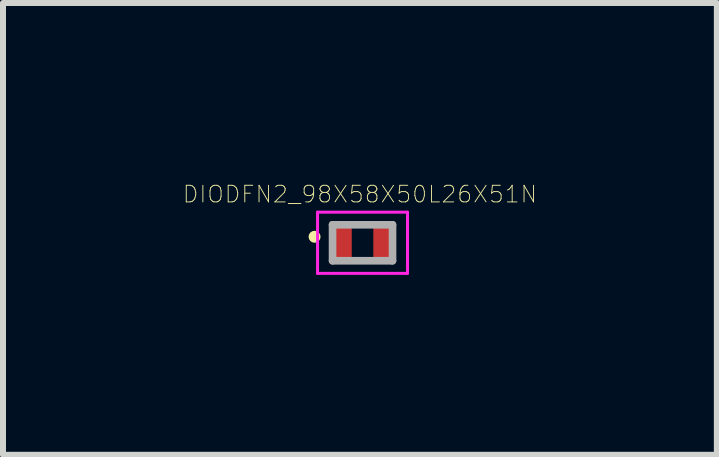
<source format=kicad_pcb>
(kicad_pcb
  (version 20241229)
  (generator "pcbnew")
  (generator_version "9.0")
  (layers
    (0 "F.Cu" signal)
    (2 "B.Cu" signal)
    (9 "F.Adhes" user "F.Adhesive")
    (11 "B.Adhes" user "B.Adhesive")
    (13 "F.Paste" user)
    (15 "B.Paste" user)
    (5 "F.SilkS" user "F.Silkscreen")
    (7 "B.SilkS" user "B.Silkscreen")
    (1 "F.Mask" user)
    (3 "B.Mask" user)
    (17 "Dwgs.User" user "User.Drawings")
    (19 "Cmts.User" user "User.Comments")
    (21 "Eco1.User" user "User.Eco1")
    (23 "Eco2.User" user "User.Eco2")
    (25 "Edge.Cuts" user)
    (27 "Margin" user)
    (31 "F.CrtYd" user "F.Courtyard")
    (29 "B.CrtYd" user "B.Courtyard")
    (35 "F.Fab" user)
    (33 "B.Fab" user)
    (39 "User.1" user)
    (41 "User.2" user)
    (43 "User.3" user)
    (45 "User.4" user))
  (footprint "DIODFN2_98X58X50L26X51N"
    (layer "F.Cu")
    (at 2.995 0.998)
    (property "Reference" "DIODFN2_98X58X50L26X51N" (at -0.044 -0.809 0) (layer "F.SilkS") (effects (font (size 0.277 0.277) (thickness 0.015))))
    (attr through_hole)
    (fp_circle (center -0.8 -0.1) (end -0.75 -0.1) (stroke (width 0.1) (type solid)) (fill no) (layer "F.SilkS"))
    (fp_line (start -0.75 -0.51) (end 0.75 -0.51) (stroke (width 0.05) (type solid)) (layer "F.CrtYd"))
    (fp_line (start -0.75 0.51) (end -0.75 -0.51) (stroke (width 0.05) (type solid)) (layer "F.CrtYd"))
    (fp_line (start 0.75 -0.51) (end 0.75 0.51) (stroke (width 0.05) (type solid)) (layer "F.CrtYd"))
    (fp_line (start 0.75 0.51) (end -0.75 0.51) (stroke (width 0.05) (type solid)) (layer "F.CrtYd"))
    (fp_line (start -0.5 -0.3) (end 0.5 -0.3) (stroke (width 0.127) (type solid)) (layer "F.Fab"))
    (fp_line (start -0.5 0.3) (end -0.5 -0.3) (stroke (width 0.127) (type solid)) (layer "F.Fab"))
    (fp_line (start 0.5 -0.3) (end 0.5 0.3) (stroke (width 0.127) (type solid)) (layer "F.Fab"))
    (fp_line (start 0.5 0.3) (end -0.5 0.3) (stroke (width 0.127) (type solid)) (layer "F.Fab"))
    (pad "1" smd rect (at -0.325 0) (size 0.29 0.53) (layers "F.Cu" "F.Mask" "F.Paste"))
    (pad "2" smd rect (at 0.325 0) (size 0.29 0.53) (layers "F.Cu" "F.Mask" "F.Paste")))
  (gr_rect
    (start -3 -3)
    (end 8.903 4.533)
    (stroke (width 0.1) (type default))
    (fill no)
    (layer "Edge.Cuts")))
</source>
